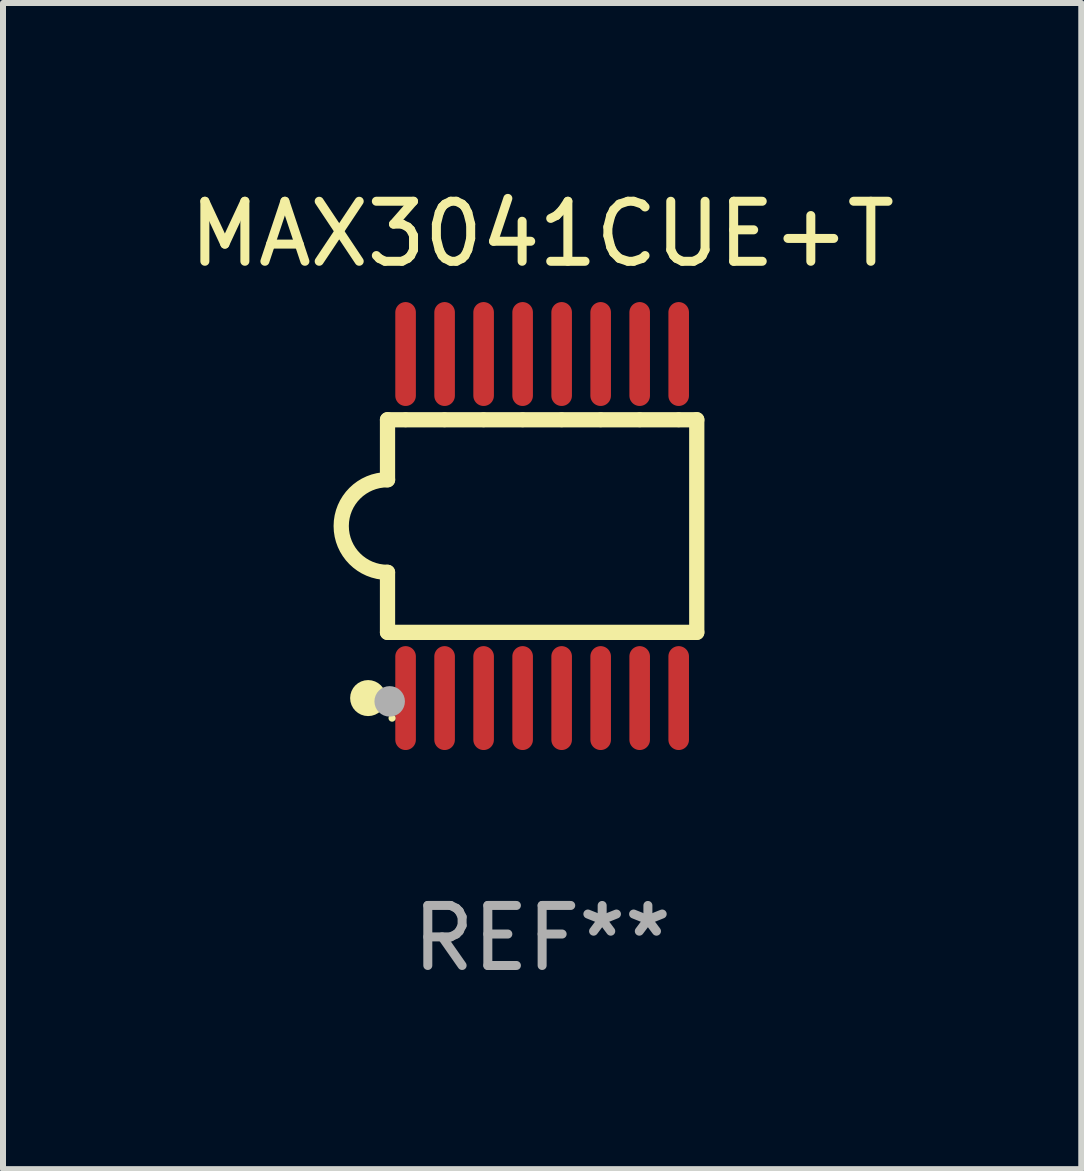
<source format=kicad_pcb>
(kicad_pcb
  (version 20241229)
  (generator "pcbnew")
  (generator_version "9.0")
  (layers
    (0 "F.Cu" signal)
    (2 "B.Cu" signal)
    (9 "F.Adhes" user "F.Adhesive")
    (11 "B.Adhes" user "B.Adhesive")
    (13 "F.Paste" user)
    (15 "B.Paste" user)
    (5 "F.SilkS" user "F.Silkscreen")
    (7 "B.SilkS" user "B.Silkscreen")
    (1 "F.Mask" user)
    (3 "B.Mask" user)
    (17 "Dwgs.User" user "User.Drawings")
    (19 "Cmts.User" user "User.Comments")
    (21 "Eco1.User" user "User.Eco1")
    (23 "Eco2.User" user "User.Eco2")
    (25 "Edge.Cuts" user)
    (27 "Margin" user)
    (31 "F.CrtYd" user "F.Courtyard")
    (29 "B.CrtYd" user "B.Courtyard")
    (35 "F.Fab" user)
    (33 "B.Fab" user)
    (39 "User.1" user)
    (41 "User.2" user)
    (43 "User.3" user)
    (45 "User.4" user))
  (footprint "MAX3041CUE+T"
    (layer "F.Cu")
    (at 5.982 5.714)
    (property "Reference" "MAX3041CUE+T" (at 0 -4.866 0) (layer "F.SilkS") (effects (font (size 1 1) (thickness 0.15))))
    (attr through_hole)
    (fp_line (start -2.576 -1.771) (end -2.576 -0.771) (stroke (width 0.254) (type solid)) (layer "F.SilkS"))
    (fp_line (start -2.576 -1.771) (end -2.289 -1.771) (stroke (width 0.254) (type solid)) (layer "F.SilkS"))
    (fp_line (start -2.576 1.771) (end -2.576 0.771) (stroke (width 0.254) (type solid)) (layer "F.SilkS"))
    (fp_line (start -2.261 -1.771) (end -1.639 -1.771) (stroke (width 0.254) (type solid)) (layer "F.SilkS"))
    (fp_line (start -1.612 -1.771) (end -0.989 -1.771) (stroke (width 0.254) (type solid)) (layer "F.SilkS"))
    (fp_line (start -0.962 -1.771) (end -0.338 -1.771) (stroke (width 0.254) (type solid)) (layer "F.SilkS"))
    (fp_line (start -0.311 -1.771) (end 0.312 -1.771) (stroke (width 0.254) (type solid)) (layer "F.SilkS"))
    (fp_line (start 0.339 -1.771) (end 0.962 -1.771) (stroke (width 0.254) (type solid)) (layer "F.SilkS"))
    (fp_line (start 0.989 -1.771) (end 1.612 -1.771) (stroke (width 0.254) (type solid)) (layer "F.SilkS"))
    (fp_line (start 1.639 -1.771) (end 2.261 -1.771) (stroke (width 0.254) (type solid)) (layer "F.SilkS"))
    (fp_line (start 2.289 -1.771) (end 2.576 -1.771) (stroke (width 0.254) (type solid)) (layer "F.SilkS"))
    (fp_line (start 2.576 -1.771) (end 2.576 1.771) (stroke (width 0.254) (type solid)) (layer "F.SilkS"))
    (fp_line (start 2.576 1.771) (end -2.576 1.771) (stroke (width 0.254) (type solid)) (layer "F.SilkS"))
    (fp_arc (start -2.576226 0.7714) (mid -3.346889 -0.000648) (end -2.575311 -0.771781) (stroke (width 0.254001) (type solid)) (layer "F.SilkS"))
    (fp_circle (center -2.899 2.866) (end -2.749 2.866) (stroke (width 0.3) (type solid)) (fill no) (layer "F.SilkS"))
    (fp_circle (center -2.5 3.2) (end -2.47 3.2) (stroke (width 0.06) (type solid)) (fill no) (layer "F.SilkS"))
    (fp_circle (center -2.54 2.921) (end -2.413 2.921) (stroke (width 0.254) (type solid)) (fill no) (layer "F.Fab"))
    (fp_text user "REF**" (at 0 6.866 0) (layer "F.Fab") (effects (font (size 1 1) (thickness 0.15))))
    (pad "1" smd oval (at -2.275 2.866) (size 0.343 1.731) (layers "F.Cu" "F.Mask" "F.Paste"))
    (pad "2" smd oval (at -1.625 2.866) (size 0.343 1.731) (layers "F.Cu" "F.Mask" "F.Paste"))
    (pad "3" smd oval (at -0.975 2.866) (size 0.343 1.731) (layers "F.Cu" "F.Mask" "F.Paste"))
    (pad "4" smd oval (at -0.325 2.866) (size 0.343 1.731) (layers "F.Cu" "F.Mask" "F.Paste"))
    (pad "5" smd oval (at 0.325 2.866) (size 0.343 1.731) (layers "F.Cu" "F.Mask" "F.Paste"))
    (pad "6" smd oval (at 0.975 2.866) (size 0.343 1.731) (layers "F.Cu" "F.Mask" "F.Paste"))
    (pad "7" smd oval (at 1.625 2.866) (size 0.343 1.731) (layers "F.Cu" "F.Mask" "F.Paste"))
    (pad "8" smd oval (at 2.275 2.866) (size 0.343 1.731) (layers "F.Cu" "F.Mask" "F.Paste"))
    (pad "9" smd oval (at 2.275 -2.866) (size 0.343 1.731) (layers "F.Cu" "F.Mask" "F.Paste"))
    (pad "10" smd oval (at 1.625 -2.866) (size 0.343 1.731) (layers "F.Cu" "F.Mask" "F.Paste"))
    (pad "11" smd oval (at 0.975 -2.866) (size 0.343 1.731) (layers "F.Cu" "F.Mask" "F.Paste"))
    (pad "12" smd oval (at 0.325 -2.866) (size 0.343 1.731) (layers "F.Cu" "F.Mask" "F.Paste"))
    (pad "13" smd oval (at -0.325 -2.866) (size 0.343 1.731) (layers "F.Cu" "F.Mask" "F.Paste"))
    (pad "14" smd oval (at -0.975 -2.866) (size 0.343 1.731) (layers "F.Cu" "F.Mask" "F.Paste"))
    (pad "15" smd oval (at -1.625 -2.866) (size 0.343 1.731) (layers "F.Cu" "F.Mask" "F.Paste"))
    (pad "16" smd oval (at -2.275 -2.866) (size 0.343 1.731) (layers "F.Cu" "F.Mask" "F.Paste")))
  (gr_rect
    (start -3 -3)
    (end 14.964 16.428)
    (stroke (width 0.1) (type default))
    (fill no)
    (layer "Edge.Cuts")))
</source>
